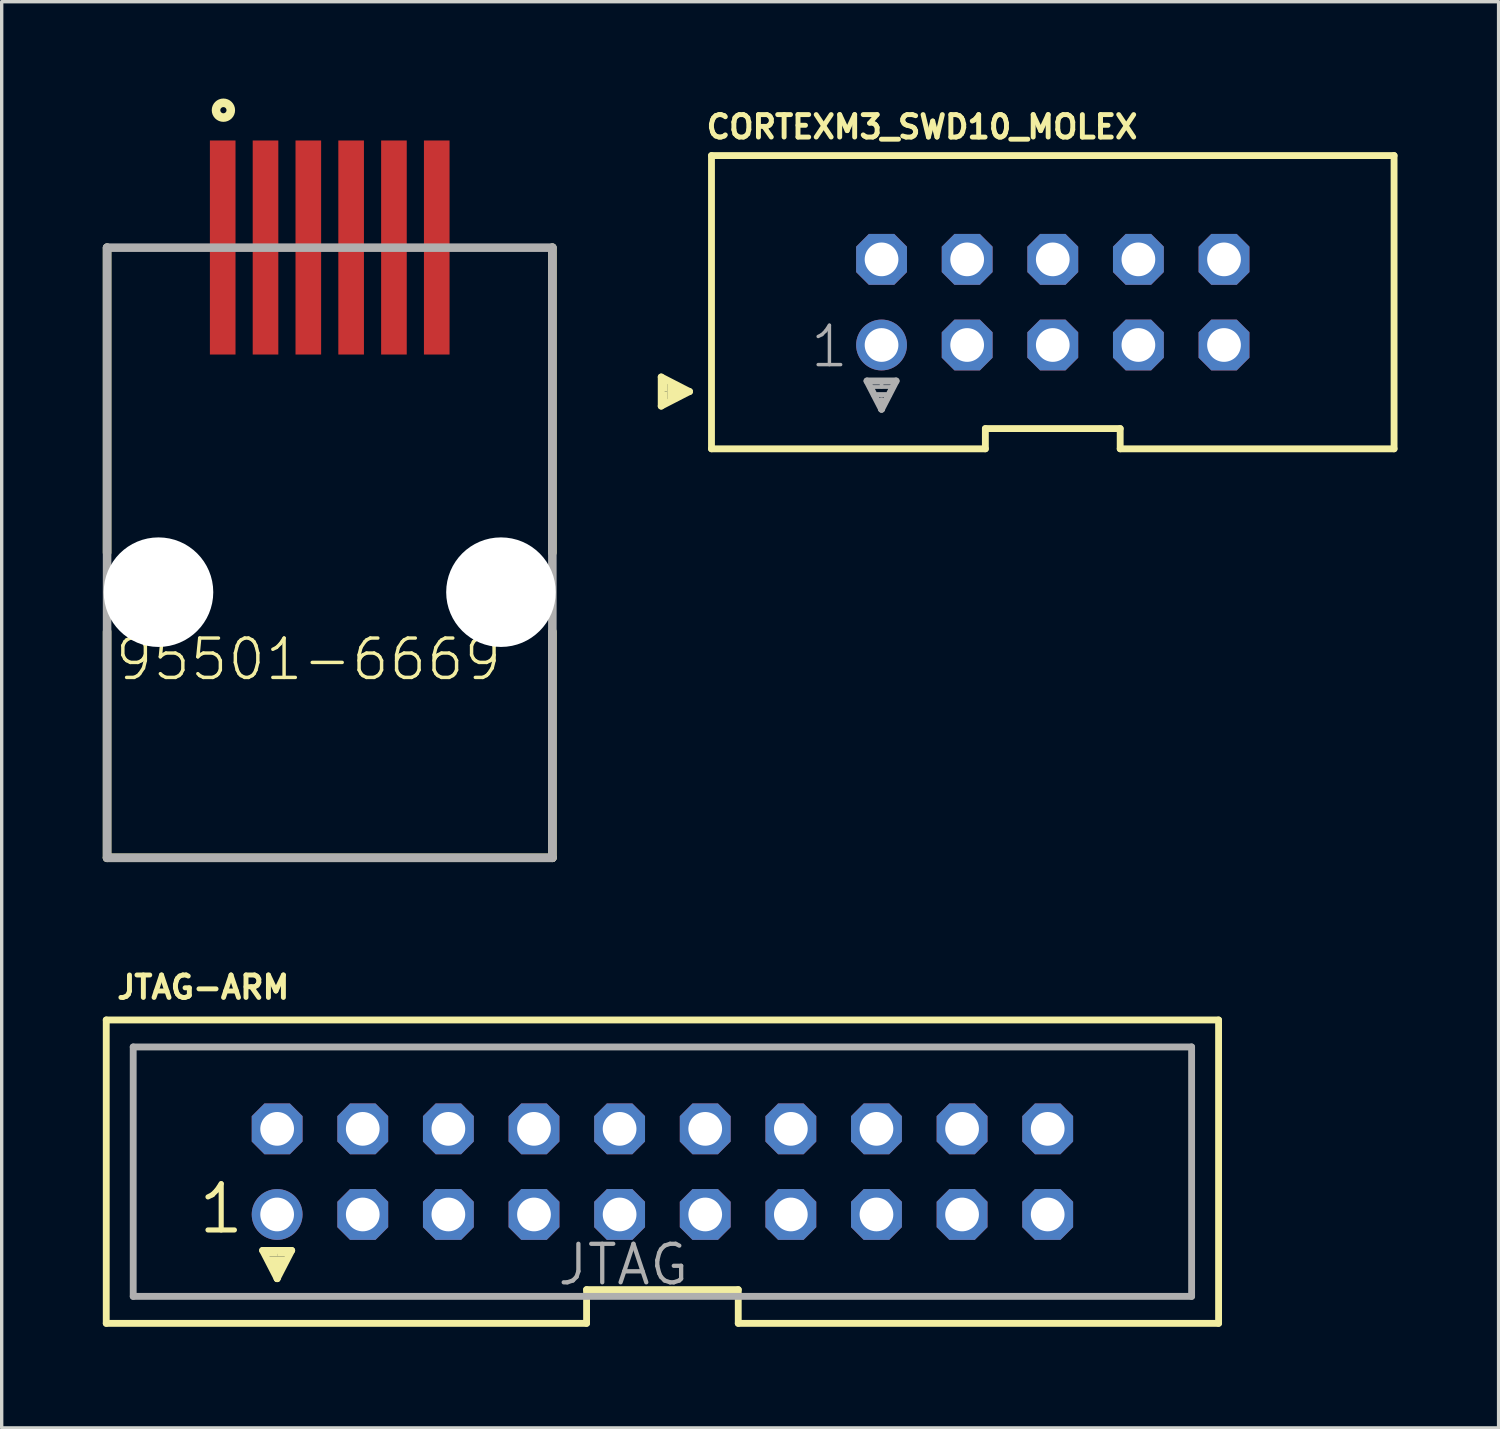
<source format=kicad_pcb>
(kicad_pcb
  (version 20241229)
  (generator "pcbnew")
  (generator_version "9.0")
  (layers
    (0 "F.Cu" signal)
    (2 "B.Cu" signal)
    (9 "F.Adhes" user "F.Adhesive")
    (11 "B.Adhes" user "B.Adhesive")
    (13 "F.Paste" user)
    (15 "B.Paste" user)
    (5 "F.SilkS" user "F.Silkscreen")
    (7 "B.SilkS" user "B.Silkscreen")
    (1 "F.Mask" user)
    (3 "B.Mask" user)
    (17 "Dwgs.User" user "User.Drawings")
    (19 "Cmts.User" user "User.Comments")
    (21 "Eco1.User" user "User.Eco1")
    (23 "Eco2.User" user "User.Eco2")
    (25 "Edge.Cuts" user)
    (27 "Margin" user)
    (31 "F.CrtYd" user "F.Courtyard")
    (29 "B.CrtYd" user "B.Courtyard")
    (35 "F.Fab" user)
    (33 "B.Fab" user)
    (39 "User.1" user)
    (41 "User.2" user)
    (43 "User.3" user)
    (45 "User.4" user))
  (footprint "CORTEXM3_SWD10_MOLEX"
    (layer "F.Cu")
    (at 28.183 5.915)
    (property "Reference" "CORTEXM3_SWD10_MOLEX" (at -10.35 -4.81 0) (layer "F.SilkS") (effects (font (size 0.666 0.666) (thickness 0.146)) (justify left bottom)))
    (fp_line (start -11.617 2.219) (end -10.779 2.651) (stroke (width 0.203) (type solid)) (layer "F.SilkS"))
    (fp_line (start -11.617 3.083) (end -11.617 2.219) (stroke (width 0.203) (type solid)) (layer "F.SilkS"))
    (fp_line (start -10.779 2.651) (end -11.617 3.083) (stroke (width 0.203) (type solid)) (layer "F.SilkS"))
    (fp_line (start -10.779 2.651) (end -11.033 2.651) (stroke (width 0.203) (type solid)) (layer "F.SilkS"))
    (fp_line (start -10.125 -4.35) (end -10.125 4.35) (stroke (width 0.203) (type solid)) (layer "F.SilkS"))
    (fp_line (start -10.125 4.35) (end -2 4.35) (stroke (width 0.203) (type solid)) (layer "F.SilkS"))
    (fp_line (start -2 4.35) (end -2 3.75) (stroke (width 0.203) (type solid)) (layer "F.SilkS"))
    (fp_line (start 2 3.75) (end -2 3.75) (stroke (width 0.203) (type solid)) (layer "F.SilkS"))
    (fp_line (start 2 4.35) (end 2 3.75) (stroke (width 0.203) (type solid)) (layer "F.SilkS"))
    (fp_line (start 2 4.35) (end 10.125 4.35) (stroke (width 0.203) (type solid)) (layer "F.SilkS"))
    (fp_line (start 10.125 -4.35) (end -10.125 -4.35) (stroke (width 0.203) (type solid)) (layer "F.SilkS"))
    (fp_line (start 10.125 -4.35) (end 10.125 4.35) (stroke (width 0.203) (type solid)) (layer "F.SilkS"))
    (fp_poly (pts (xy -11.439 2.651) (xy -11.439 2.27) (xy -11.566 2.27) (xy -11.566 2.651)) (stroke (width 0) (type solid)) (fill yes) (layer "F.SilkS"))
    (fp_poly (pts (xy -11.439 3.032) (xy -11.439 2.651) (xy -11.566 2.651) (xy -11.566 3.032)) (stroke (width 0) (type solid)) (fill yes) (layer "F.SilkS"))
    (fp_poly (pts (xy -11.185 2.905) (xy -11.185 2.397) (xy -11.439 2.397) (xy -11.439 2.905)) (stroke (width 0) (type solid)) (fill yes) (layer "F.SilkS"))
    (fp_poly (pts (xy -10.982 2.778) (xy -10.982 2.524) (xy -11.236 2.524) (xy -11.236 2.778)) (stroke (width 0) (type solid)) (fill yes) (layer "F.SilkS"))
    (fp_line (start -5.512 2.337) (end -4.648 2.337) (stroke (width 0.203) (type solid)) (layer "F.Fab"))
    (fp_line (start -5.08 3.175) (end -5.512 2.337) (stroke (width 0.203) (type solid)) (layer "F.Fab"))
    (fp_line (start -5.08 3.175) (end -5.08 2.921) (stroke (width 0.203) (type solid)) (layer "F.Fab"))
    (fp_line (start -4.648 2.337) (end -5.08 3.175) (stroke (width 0.203) (type solid)) (layer "F.Fab"))
    (fp_poly (pts (xy -5.461 2.515) (xy -5.08 2.515) (xy -5.08 2.388) (xy -5.461 2.388)) (stroke (width 0.1) (type solid)) (fill no) (layer "F.Fab"))
    (fp_poly (pts (xy -5.334 2.769) (xy -4.826 2.769) (xy -4.826 2.515) (xy -5.334 2.515)) (stroke (width 0.1) (type solid)) (fill no) (layer "F.Fab"))
    (fp_poly (pts (xy -5.207 2.972) (xy -4.953 2.972) (xy -4.953 2.718) (xy -5.207 2.718)) (stroke (width 0.1) (type solid)) (fill no) (layer "F.Fab"))
    (fp_poly (pts (xy -5.08 2.515) (xy -4.699 2.515) (xy -4.699 2.388) (xy -5.08 2.388)) (stroke (width 0.1) (type solid)) (fill no) (layer "F.Fab"))
    (fp_text user "1" (at -7.25 2 0) (layer "F.Fab") (effects (font (size 1.168 1.168) (thickness 0.102)) (justify left bottom)))
    (pad "1" thru_hole circle (at -5.08 1.27) (size 1.508 1.508) (drill 1) (layers "*.Cu" "*.Mask"))
    (pad "2" thru_hole roundrect (at -5.08 -1.27) (size 1.508 1.508) (drill 1) (layers "*.Cu" "*.Mask") (roundrect_rratio 0.25) (chamfer_ratio 0.25) (chamfer top_left top_right bottom_left bottom_right))
    (pad "3" thru_hole roundrect (at -2.54 1.27) (size 1.508 1.508) (drill 1) (layers "*.Cu" "*.Mask") (roundrect_rratio 0.25) (chamfer_ratio 0.25) (chamfer top_left top_right bottom_left bottom_right))
    (pad "4" thru_hole roundrect (at -2.54 -1.27) (size 1.508 1.508) (drill 1) (layers "*.Cu" "*.Mask") (roundrect_rratio 0.25) (chamfer_ratio 0.25) (chamfer top_left top_right bottom_left bottom_right))
    (pad "5" thru_hole roundrect (at 0 1.27) (size 1.508 1.508) (drill 1) (layers "*.Cu" "*.Mask") (roundrect_rratio 0.25) (chamfer_ratio 0.25) (chamfer top_left top_right bottom_left bottom_right))
    (pad "6" thru_hole roundrect (at 0 -1.27) (size 1.508 1.508) (drill 1) (layers "*.Cu" "*.Mask") (roundrect_rratio 0.25) (chamfer_ratio 0.25) (chamfer top_left top_right bottom_left bottom_right))
    (pad "7" thru_hole roundrect (at 2.54 1.27) (size 1.508 1.508) (drill 1) (layers "*.Cu" "*.Mask") (roundrect_rratio 0.25) (chamfer_ratio 0.25) (chamfer top_left top_right bottom_left bottom_right))
    (pad "8" thru_hole roundrect (at 2.54 -1.27) (size 1.508 1.508) (drill 1) (layers "*.Cu" "*.Mask") (roundrect_rratio 0.25) (chamfer_ratio 0.25) (chamfer top_left top_right bottom_left bottom_right))
    (pad "9" thru_hole roundrect (at 5.08 1.27) (size 1.508 1.508) (drill 1) (layers "*.Cu" "*.Mask") (roundrect_rratio 0.25) (chamfer_ratio 0.25) (chamfer top_left top_right bottom_left bottom_right))
    (pad "10" thru_hole roundrect (at 5.08 -1.27) (size 1.508 1.508) (drill 1) (layers "*.Cu" "*.Mask") (roundrect_rratio 0.25) (chamfer_ratio 0.25) (chamfer top_left top_right bottom_left bottom_right)))
  (footprint "95501-6669"
    (layer "F.Cu")
    (at 6.732 14.518)
    (property "Reference" "95501-6669" (at -0.631 1.994 0) (layer "F.SilkS") (effects (font (size 1.168 1.168) (thickness 0.102))))
    (fp_line (start -6.605 -10.22) (end -6.605 -1.17) (stroke (width 0.254) (type solid)) (layer "F.SilkS"))
    (fp_line (start -6.605 7.88) (end -6.605 1.17) (stroke (width 0.254) (type solid)) (layer "F.SilkS"))
    (fp_line (start 6.605 -10.22) (end 6.605 -1.17) (stroke (width 0.254) (type solid)) (layer "F.SilkS"))
    (fp_line (start 6.605 7.88) (end -6.605 7.88) (stroke (width 0.254) (type solid)) (layer "F.SilkS"))
    (fp_line (start 6.605 7.88) (end 6.605 1.17) (stroke (width 0.254) (type solid)) (layer "F.SilkS"))
    (fp_circle (center -3.154 -14.299) (end -3.062 -14.299) (stroke (width 0.254) (type solid)) (fill no) (layer "F.SilkS"))
    (fp_line (start -6.605 -10.22) (end 6.605 -10.22) (stroke (width 0.254) (type solid)) (layer "F.Fab"))
    (fp_line (start -6.605 7.88) (end -6.605 -10.22) (stroke (width 0.254) (type solid)) (layer "F.Fab"))
    (fp_line (start 6.605 -10.22) (end 6.605 7.88) (stroke (width 0.254) (type solid)) (layer "F.Fab"))
    (fp_line (start 6.605 7.88) (end -6.605 7.88) (stroke (width 0.254) (type solid)) (layer "F.Fab"))
    (pad "" np_thru_hole circle (at -5.08 0) (size 3.25 3.25) (drill 3.25) (layers "*.Cu" "*.Mask"))
    (pad "" np_thru_hole circle (at 5.08 0) (size 3.25 3.25) (drill 3.25) (layers "*.Cu" "*.Mask"))
    (pad "1" smd rect (at -3.175 -10.225 90) (size 6.35 0.76) (layers "F.Cu" "F.Mask" "F.Paste"))
    (pad "2" smd rect (at -1.905 -10.225 90) (size 6.35 0.76) (layers "F.Cu" "F.Mask" "F.Paste"))
    (pad "3" smd rect (at -0.635 -10.225 90) (size 6.35 0.76) (layers "F.Cu" "F.Mask" "F.Paste"))
    (pad "4" smd rect (at 0.635 -10.225 90) (size 6.35 0.76) (layers "F.Cu" "F.Mask" "F.Paste"))
    (pad "5" smd rect (at 1.905 -10.225 90) (size 6.35 0.76) (layers "F.Cu" "F.Mask" "F.Paste"))
    (pad "6" smd rect (at 3.175 -10.225 90) (size 6.35 0.76) (layers "F.Cu" "F.Mask" "F.Paste")))
  (footprint "JTAG-ARM"
    (layer "F.Cu")
    (at 16.602 31.71)
    (property "Reference" "JTAG-ARM" (at -16.256 -5.08 0) (layer "F.SilkS") (effects (font (size 0.666 0.666) (thickness 0.146)) (justify left bottom)))
    (fp_line (start -16.5 -4.5) (end -16.5 4.5) (stroke (width 0.203) (type solid)) (layer "F.SilkS"))
    (fp_line (start -16.5 4.5) (end -2.25 4.5) (stroke (width 0.203) (type solid)) (layer "F.SilkS"))
    (fp_line (start -11.862 2.337) (end -10.998 2.337) (stroke (width 0.203) (type solid)) (layer "F.SilkS"))
    (fp_line (start -11.43 3.175) (end -11.862 2.337) (stroke (width 0.203) (type solid)) (layer "F.SilkS"))
    (fp_line (start -11.43 3.175) (end -11.43 2.921) (stroke (width 0.203) (type solid)) (layer "F.SilkS"))
    (fp_line (start -10.998 2.337) (end -11.43 3.175) (stroke (width 0.203) (type solid)) (layer "F.SilkS"))
    (fp_line (start -2.25 3.5) (end 2.25 3.5) (stroke (width 0.203) (type solid)) (layer "F.SilkS"))
    (fp_line (start -2.25 4.5) (end -2.25 3.5) (stroke (width 0.203) (type solid)) (layer "F.SilkS"))
    (fp_line (start 2.25 3.5) (end 2.25 4.5) (stroke (width 0.203) (type solid)) (layer "F.SilkS"))
    (fp_line (start 2.25 4.5) (end 16.5 4.5) (stroke (width 0.203) (type solid)) (layer "F.SilkS"))
    (fp_line (start 16.5 -4.5) (end -16.5 -4.5) (stroke (width 0.203) (type solid)) (layer "F.SilkS"))
    (fp_line (start 16.5 -4.5) (end 16.5 4.5) (stroke (width 0.203) (type solid)) (layer "F.SilkS"))
    (fp_poly (pts (xy -11.811 2.515) (xy -11.43 2.515) (xy -11.43 2.388) (xy -11.811 2.388)) (stroke (width 0) (type solid)) (fill yes) (layer "F.SilkS"))
    (fp_poly (pts (xy -11.684 2.769) (xy -11.176 2.769) (xy -11.176 2.515) (xy -11.684 2.515)) (stroke (width 0) (type solid)) (fill yes) (layer "F.SilkS"))
    (fp_poly (pts (xy -11.557 2.972) (xy -11.303 2.972) (xy -11.303 2.718) (xy -11.557 2.718)) (stroke (width 0) (type solid)) (fill yes) (layer "F.SilkS"))
    (fp_poly (pts (xy -11.43 2.515) (xy -11.049 2.515) (xy -11.049 2.388) (xy -11.43 2.388)) (stroke (width 0) (type solid)) (fill yes) (layer "F.SilkS"))
    (fp_line (start -15.7 -3.7) (end -15.7 3.7) (stroke (width 0.203) (type solid)) (layer "F.Fab"))
    (fp_line (start 15.7 -3.7) (end -15.7 -3.7) (stroke (width 0.203) (type solid)) (layer "F.Fab"))
    (fp_line (start 15.7 -3.7) (end 15.7 3.7) (stroke (width 0.203) (type solid)) (layer "F.Fab"))
    (fp_line (start 15.7 3.7) (end -15.7 3.7) (stroke (width 0.203) (type solid)) (layer "F.Fab"))
    (fp_text user "1" (at -13.843 1.905 0) (layer "F.SilkS") (effects (font (size 1.372 1.372) (thickness 0.152)) (justify left bottom)))
    (fp_text user "JTAG" (at -3.175 3.429 0) (layer "F.Fab") (effects (font (size 1.143 1.143) (thickness 0.127)) (justify left bottom)))
    (pad "1" thru_hole circle (at -11.43 1.27) (size 1.508 1.508) (drill 1) (layers "*.Cu" "*.Mask"))
    (pad "2" thru_hole roundrect (at -11.43 -1.27) (size 1.508 1.508) (drill 1) (layers "*.Cu" "*.Mask") (roundrect_rratio 0.25) (chamfer_ratio 0.25) (chamfer top_left top_right bottom_left bottom_right))
    (pad "3" thru_hole roundrect (at -8.89 1.27) (size 1.508 1.508) (drill 1) (layers "*.Cu" "*.Mask") (roundrect_rratio 0.25) (chamfer_ratio 0.25) (chamfer top_left top_right bottom_left bottom_right))
    (pad "4" thru_hole roundrect (at -8.89 -1.27) (size 1.508 1.508) (drill 1) (layers "*.Cu" "*.Mask") (roundrect_rratio 0.25) (chamfer_ratio 0.25) (chamfer top_left top_right bottom_left bottom_right))
    (pad "5" thru_hole roundrect (at -6.35 1.27) (size 1.508 1.508) (drill 1) (layers "*.Cu" "*.Mask") (roundrect_rratio 0.25) (chamfer_ratio 0.25) (chamfer top_left top_right bottom_left bottom_right))
    (pad "6" thru_hole roundrect (at -6.35 -1.27) (size 1.508 1.508) (drill 1) (layers "*.Cu" "*.Mask") (roundrect_rratio 0.25) (chamfer_ratio 0.25) (chamfer top_left top_right bottom_left bottom_right))
    (pad "7" thru_hole roundrect (at -3.81 1.27) (size 1.508 1.508) (drill 1) (layers "*.Cu" "*.Mask") (roundrect_rratio 0.25) (chamfer_ratio 0.25) (chamfer top_left top_right bottom_left bottom_right))
    (pad "8" thru_hole roundrect (at -3.81 -1.27) (size 1.508 1.508) (drill 1) (layers "*.Cu" "*.Mask") (roundrect_rratio 0.25) (chamfer_ratio 0.25) (chamfer top_left top_right bottom_left bottom_right))
    (pad "9" thru_hole roundrect (at -1.27 1.27) (size 1.508 1.508) (drill 1) (layers "*.Cu" "*.Mask") (roundrect_rratio 0.25) (chamfer_ratio 0.25) (chamfer top_left top_right bottom_left bottom_right))
    (pad "10" thru_hole roundrect (at -1.27 -1.27) (size 1.508 1.508) (drill 1) (layers "*.Cu" "*.Mask") (roundrect_rratio 0.25) (chamfer_ratio 0.25) (chamfer top_left top_right bottom_left bottom_right))
    (pad "11" thru_hole roundrect (at 1.27 1.27) (size 1.508 1.508) (drill 1) (layers "*.Cu" "*.Mask") (roundrect_rratio 0.25) (chamfer_ratio 0.25) (chamfer top_left top_right bottom_left bottom_right))
    (pad "12" thru_hole roundrect (at 1.27 -1.27) (size 1.508 1.508) (drill 1) (layers "*.Cu" "*.Mask") (roundrect_rratio 0.25) (chamfer_ratio 0.25) (chamfer top_left top_right bottom_left bottom_right))
    (pad "13" thru_hole roundrect (at 3.81 1.27) (size 1.508 1.508) (drill 1) (layers "*.Cu" "*.Mask") (roundrect_rratio 0.25) (chamfer_ratio 0.25) (chamfer top_left top_right bottom_left bottom_right))
    (pad "14" thru_hole roundrect (at 3.81 -1.27) (size 1.508 1.508) (drill 1) (layers "*.Cu" "*.Mask") (roundrect_rratio 0.25) (chamfer_ratio 0.25) (chamfer top_left top_right bottom_left bottom_right))
    (pad "15" thru_hole roundrect (at 6.35 1.27) (size 1.508 1.508) (drill 1) (layers "*.Cu" "*.Mask") (roundrect_rratio 0.25) (chamfer_ratio 0.25) (chamfer top_left top_right bottom_left bottom_right))
    (pad "16" thru_hole roundrect (at 6.35 -1.27) (size 1.508 1.508) (drill 1) (layers "*.Cu" "*.Mask") (roundrect_rratio 0.25) (chamfer_ratio 0.25) (chamfer top_left top_right bottom_left bottom_right))
    (pad "17" thru_hole roundrect (at 8.89 1.27) (size 1.508 1.508) (drill 1) (layers "*.Cu" "*.Mask") (roundrect_rratio 0.25) (chamfer_ratio 0.25) (chamfer top_left top_right bottom_left bottom_right))
    (pad "18" thru_hole roundrect (at 8.89 -1.27) (size 1.508 1.508) (drill 1) (layers "*.Cu" "*.Mask") (roundrect_rratio 0.25) (chamfer_ratio 0.25) (chamfer top_left top_right bottom_left bottom_right))
    (pad "19" thru_hole roundrect (at 11.43 1.27) (size 1.508 1.508) (drill 1) (layers "*.Cu" "*.Mask") (roundrect_rratio 0.25) (chamfer_ratio 0.25) (chamfer top_left top_right bottom_left bottom_right))
    (pad "20" thru_hole roundrect (at 11.43 -1.27) (size 1.508 1.508) (drill 1) (layers "*.Cu" "*.Mask") (roundrect_rratio 0.25) (chamfer_ratio 0.25) (chamfer top_left top_right bottom_left bottom_right)))
  (gr_rect
    (start -3 -3)
    (end 41.409 39.312)
    (stroke (width 0.1) (type default))
    (fill no)
    (layer "Edge.Cuts")))
</source>
